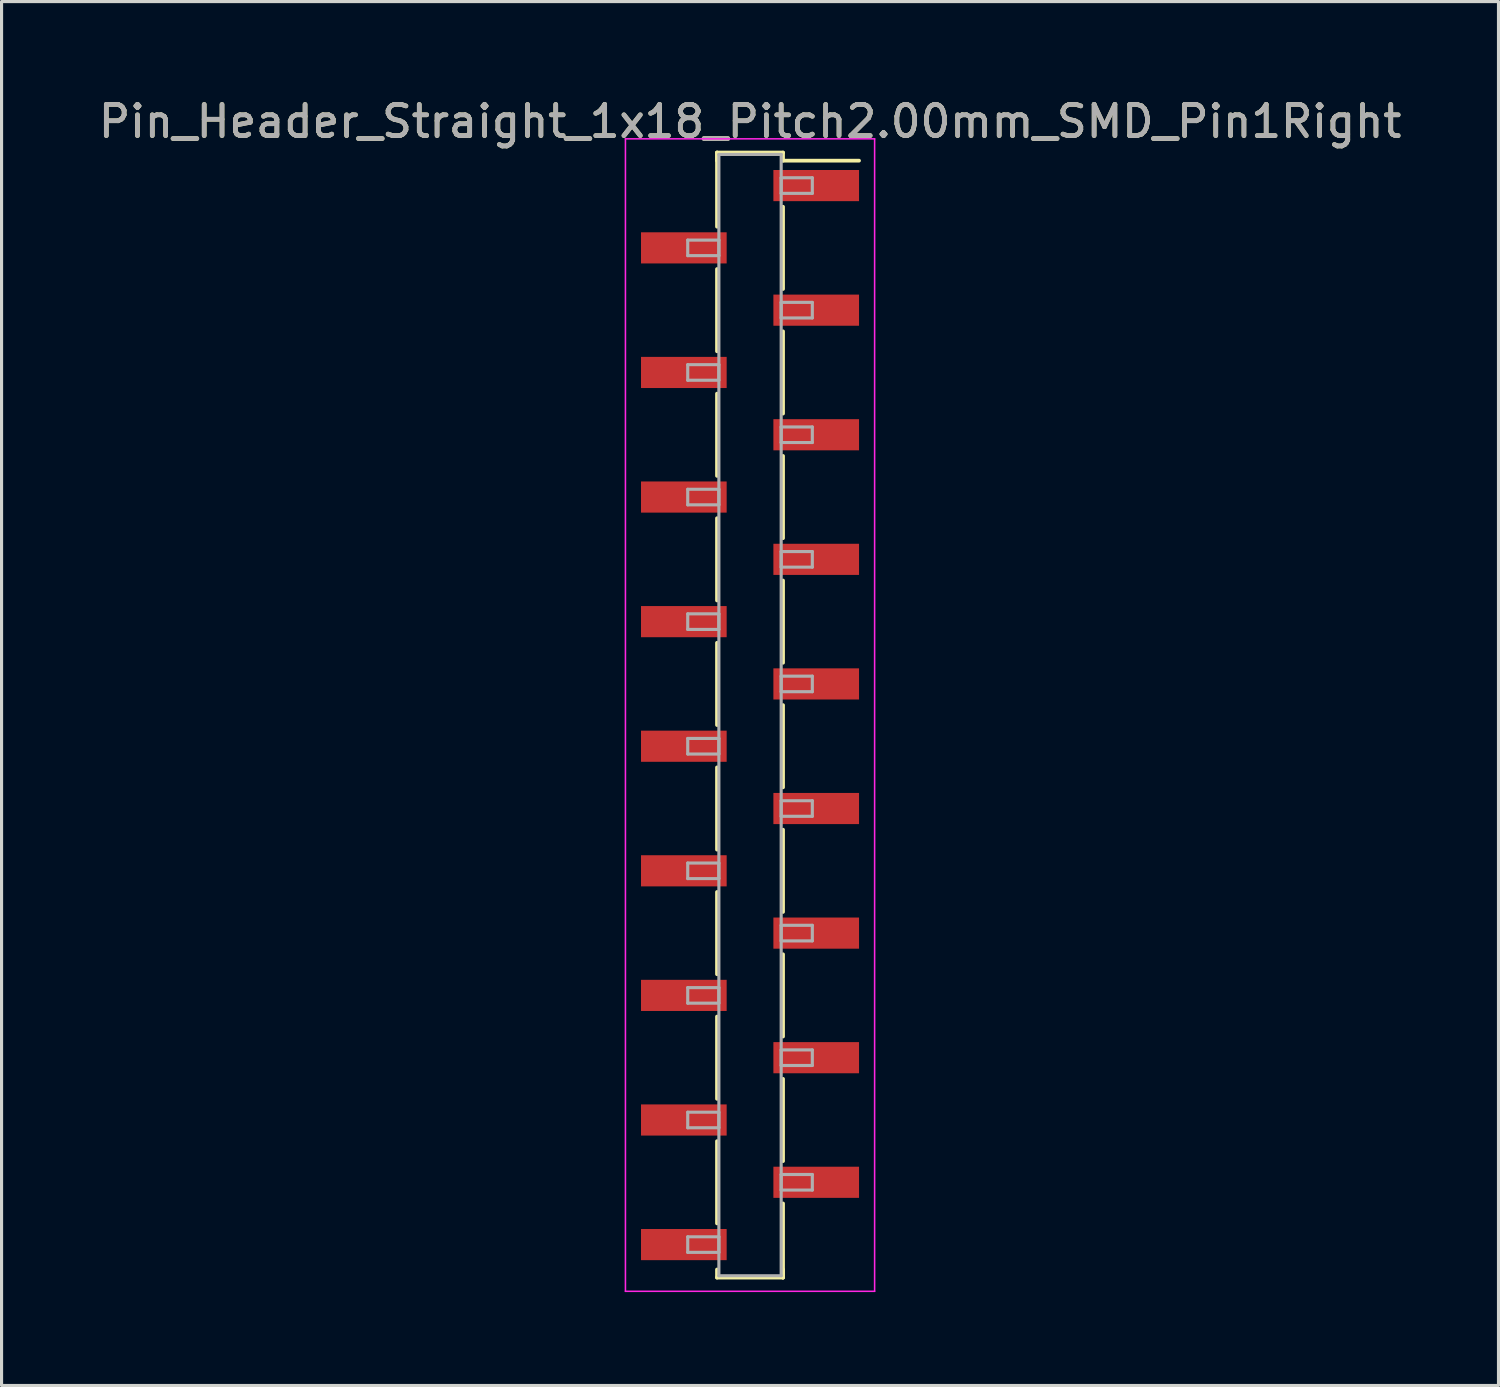
<source format=kicad_pcb>
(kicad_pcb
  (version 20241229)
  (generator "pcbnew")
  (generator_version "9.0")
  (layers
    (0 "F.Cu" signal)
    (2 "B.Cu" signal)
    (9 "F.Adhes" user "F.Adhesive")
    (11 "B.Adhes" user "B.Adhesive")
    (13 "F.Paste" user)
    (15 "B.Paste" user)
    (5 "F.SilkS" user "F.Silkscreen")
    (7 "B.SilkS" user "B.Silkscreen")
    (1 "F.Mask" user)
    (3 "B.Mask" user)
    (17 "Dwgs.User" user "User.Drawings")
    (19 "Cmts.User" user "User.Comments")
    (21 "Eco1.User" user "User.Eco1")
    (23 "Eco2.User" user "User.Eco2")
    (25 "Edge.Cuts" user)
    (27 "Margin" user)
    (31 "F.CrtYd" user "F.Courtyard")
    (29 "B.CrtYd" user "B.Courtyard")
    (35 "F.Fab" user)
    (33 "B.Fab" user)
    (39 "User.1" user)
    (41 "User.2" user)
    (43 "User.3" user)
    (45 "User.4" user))
  (footprint "Pin_Header_Straight_1x18_Pitch2.00mm_SMD_Pin1Right"
    (layer "F.Cu")
    (at 21.03 19.908)
    (property "Reference" "Pin_Header_Straight_1x18_Pitch2.00mm_SMD_Pin1Right" (at 0 -19.06 0) (layer "F.SilkS") (effects (font (size 1 1) (thickness 0.15))))
    (attr smd)
    (fp_line (start -1.06 -18.06) (end -1.06 -15.68) (stroke (width 0.12) (type solid)) (layer "F.SilkS"))
    (fp_line (start -1.06 -18.06) (end 1.06 -18.06) (stroke (width 0.12) (type solid)) (layer "F.SilkS"))
    (fp_line (start -1.06 -17.8) (end -1.06 -18.06) (stroke (width 0.12) (type solid)) (layer "F.SilkS"))
    (fp_line (start -1.06 -14.32) (end -1.06 -11.68) (stroke (width 0.12) (type solid)) (layer "F.SilkS"))
    (fp_line (start -1.06 -10.32) (end -1.06 -7.68) (stroke (width 0.12) (type solid)) (layer "F.SilkS"))
    (fp_line (start -1.06 -6.32) (end -1.06 -3.68) (stroke (width 0.12) (type solid)) (layer "F.SilkS"))
    (fp_line (start -1.06 -2.32) (end -1.06 0.32) (stroke (width 0.12) (type solid)) (layer "F.SilkS"))
    (fp_line (start -1.06 1.68) (end -1.06 4.32) (stroke (width 0.12) (type solid)) (layer "F.SilkS"))
    (fp_line (start -1.06 5.68) (end -1.06 8.32) (stroke (width 0.12) (type solid)) (layer "F.SilkS"))
    (fp_line (start -1.06 9.68) (end -1.06 12.32) (stroke (width 0.12) (type solid)) (layer "F.SilkS"))
    (fp_line (start -1.06 13.68) (end -1.06 16.32) (stroke (width 0.12) (type solid)) (layer "F.SilkS"))
    (fp_line (start -1.06 17.8) (end -1.06 18.06) (stroke (width 0.12) (type solid)) (layer "F.SilkS"))
    (fp_line (start -1.06 18.06) (end 1.06 18.06) (stroke (width 0.12) (type solid)) (layer "F.SilkS"))
    (fp_line (start 1.06 -18.06) (end 1.06 -17.8) (stroke (width 0.12) (type solid)) (layer "F.SilkS"))
    (fp_line (start 1.06 -17.8) (end 3.5 -17.8) (stroke (width 0.12) (type solid)) (layer "F.SilkS"))
    (fp_line (start 1.06 -16.32) (end 1.06 -13.68) (stroke (width 0.12) (type solid)) (layer "F.SilkS"))
    (fp_line (start 1.06 -12.32) (end 1.06 -9.68) (stroke (width 0.12) (type solid)) (layer "F.SilkS"))
    (fp_line (start 1.06 -8.32) (end 1.06 -5.68) (stroke (width 0.12) (type solid)) (layer "F.SilkS"))
    (fp_line (start 1.06 -4.32) (end 1.06 -1.68) (stroke (width 0.12) (type solid)) (layer "F.SilkS"))
    (fp_line (start 1.06 -0.32) (end 1.06 2.32) (stroke (width 0.12) (type solid)) (layer "F.SilkS"))
    (fp_line (start 1.06 3.68) (end 1.06 6.32) (stroke (width 0.12) (type solid)) (layer "F.SilkS"))
    (fp_line (start 1.06 7.68) (end 1.06 10.32) (stroke (width 0.12) (type solid)) (layer "F.SilkS"))
    (fp_line (start 1.06 11.68) (end 1.06 14.32) (stroke (width 0.12) (type solid)) (layer "F.SilkS"))
    (fp_line (start 1.06 15.68) (end 1.06 18.06) (stroke (width 0.12) (type solid)) (layer "F.SilkS"))
    (fp_line (start 1.06 18.06) (end 1.06 17.8) (stroke (width 0.12) (type solid)) (layer "F.SilkS"))
    (fp_line (start -4 -18.5) (end -4 18.5) (stroke (width 0.05) (type solid)) (layer "F.CrtYd"))
    (fp_line (start -4 18.5) (end 4 18.5) (stroke (width 0.05) (type solid)) (layer "F.CrtYd"))
    (fp_line (start 4 -18.5) (end -4 -18.5) (stroke (width 0.05) (type solid)) (layer "F.CrtYd"))
    (fp_line (start 4 18.5) (end 4 -18.5) (stroke (width 0.05) (type solid)) (layer "F.CrtYd"))
    (fp_line (start -2 -15.25) (end -1 -15.25) (stroke (width 0.1) (type solid)) (layer "F.Fab"))
    (fp_line (start -2 -14.75) (end -2 -15.25) (stroke (width 0.1) (type solid)) (layer "F.Fab"))
    (fp_line (start -2 -11.25) (end -1 -11.25) (stroke (width 0.1) (type solid)) (layer "F.Fab"))
    (fp_line (start -2 -10.75) (end -2 -11.25) (stroke (width 0.1) (type solid)) (layer "F.Fab"))
    (fp_line (start -2 -7.25) (end -1 -7.25) (stroke (width 0.1) (type solid)) (layer "F.Fab"))
    (fp_line (start -2 -6.75) (end -2 -7.25) (stroke (width 0.1) (type solid)) (layer "F.Fab"))
    (fp_line (start -2 -3.25) (end -1 -3.25) (stroke (width 0.1) (type solid)) (layer "F.Fab"))
    (fp_line (start -2 -2.75) (end -2 -3.25) (stroke (width 0.1) (type solid)) (layer "F.Fab"))
    (fp_line (start -2 0.75) (end -1 0.75) (stroke (width 0.1) (type solid)) (layer "F.Fab"))
    (fp_line (start -2 1.25) (end -2 0.75) (stroke (width 0.1) (type solid)) (layer "F.Fab"))
    (fp_line (start -2 4.75) (end -1 4.75) (stroke (width 0.1) (type solid)) (layer "F.Fab"))
    (fp_line (start -2 5.25) (end -2 4.75) (stroke (width 0.1) (type solid)) (layer "F.Fab"))
    (fp_line (start -2 8.75) (end -1 8.75) (stroke (width 0.1) (type solid)) (layer "F.Fab"))
    (fp_line (start -2 9.25) (end -2 8.75) (stroke (width 0.1) (type solid)) (layer "F.Fab"))
    (fp_line (start -2 12.75) (end -1 12.75) (stroke (width 0.1) (type solid)) (layer "F.Fab"))
    (fp_line (start -2 13.25) (end -2 12.75) (stroke (width 0.1) (type solid)) (layer "F.Fab"))
    (fp_line (start -2 16.75) (end -1 16.75) (stroke (width 0.1) (type solid)) (layer "F.Fab"))
    (fp_line (start -2 17.25) (end -2 16.75) (stroke (width 0.1) (type solid)) (layer "F.Fab"))
    (fp_line (start -1 -18) (end -1 18) (stroke (width 0.1) (type solid)) (layer "F.Fab"))
    (fp_line (start -1 -15.25) (end -1 -14.75) (stroke (width 0.1) (type solid)) (layer "F.Fab"))
    (fp_line (start -1 -14.75) (end -2 -14.75) (stroke (width 0.1) (type solid)) (layer "F.Fab"))
    (fp_line (start -1 -11.25) (end -1 -10.75) (stroke (width 0.1) (type solid)) (layer "F.Fab"))
    (fp_line (start -1 -10.75) (end -2 -10.75) (stroke (width 0.1) (type solid)) (layer "F.Fab"))
    (fp_line (start -1 -7.25) (end -1 -6.75) (stroke (width 0.1) (type solid)) (layer "F.Fab"))
    (fp_line (start -1 -6.75) (end -2 -6.75) (stroke (width 0.1) (type solid)) (layer "F.Fab"))
    (fp_line (start -1 -3.25) (end -1 -2.75) (stroke (width 0.1) (type solid)) (layer "F.Fab"))
    (fp_line (start -1 -2.75) (end -2 -2.75) (stroke (width 0.1) (type solid)) (layer "F.Fab"))
    (fp_line (start -1 0.75) (end -1 1.25) (stroke (width 0.1) (type solid)) (layer "F.Fab"))
    (fp_line (start -1 1.25) (end -2 1.25) (stroke (width 0.1) (type solid)) (layer "F.Fab"))
    (fp_line (start -1 4.75) (end -1 5.25) (stroke (width 0.1) (type solid)) (layer "F.Fab"))
    (fp_line (start -1 5.25) (end -2 5.25) (stroke (width 0.1) (type solid)) (layer "F.Fab"))
    (fp_line (start -1 8.75) (end -1 9.25) (stroke (width 0.1) (type solid)) (layer "F.Fab"))
    (fp_line (start -1 9.25) (end -2 9.25) (stroke (width 0.1) (type solid)) (layer "F.Fab"))
    (fp_line (start -1 12.75) (end -1 13.25) (stroke (width 0.1) (type solid)) (layer "F.Fab"))
    (fp_line (start -1 13.25) (end -2 13.25) (stroke (width 0.1) (type solid)) (layer "F.Fab"))
    (fp_line (start -1 16.75) (end -1 17.25) (stroke (width 0.1) (type solid)) (layer "F.Fab"))
    (fp_line (start -1 17.25) (end -2 17.25) (stroke (width 0.1) (type solid)) (layer "F.Fab"))
    (fp_line (start -1 18) (end 1 18) (stroke (width 0.1) (type solid)) (layer "F.Fab"))
    (fp_line (start 1 -18) (end -1 -18) (stroke (width 0.1) (type solid)) (layer "F.Fab"))
    (fp_line (start 1 -17.25) (end 1 -16.75) (stroke (width 0.1) (type solid)) (layer "F.Fab"))
    (fp_line (start 1 -16.75) (end 2 -16.75) (stroke (width 0.1) (type solid)) (layer "F.Fab"))
    (fp_line (start 1 -13.25) (end 1 -12.75) (stroke (width 0.1) (type solid)) (layer "F.Fab"))
    (fp_line (start 1 -12.75) (end 2 -12.75) (stroke (width 0.1) (type solid)) (layer "F.Fab"))
    (fp_line (start 1 -9.25) (end 1 -8.75) (stroke (width 0.1) (type solid)) (layer "F.Fab"))
    (fp_line (start 1 -8.75) (end 2 -8.75) (stroke (width 0.1) (type solid)) (layer "F.Fab"))
    (fp_line (start 1 -5.25) (end 1 -4.75) (stroke (width 0.1) (type solid)) (layer "F.Fab"))
    (fp_line (start 1 -4.75) (end 2 -4.75) (stroke (width 0.1) (type solid)) (layer "F.Fab"))
    (fp_line (start 1 -1.25) (end 1 -0.75) (stroke (width 0.1) (type solid)) (layer "F.Fab"))
    (fp_line (start 1 -0.75) (end 2 -0.75) (stroke (width 0.1) (type solid)) (layer "F.Fab"))
    (fp_line (start 1 2.75) (end 1 3.25) (stroke (width 0.1) (type solid)) (layer "F.Fab"))
    (fp_line (start 1 3.25) (end 2 3.25) (stroke (width 0.1) (type solid)) (layer "F.Fab"))
    (fp_line (start 1 6.75) (end 1 7.25) (stroke (width 0.1) (type solid)) (layer "F.Fab"))
    (fp_line (start 1 7.25) (end 2 7.25) (stroke (width 0.1) (type solid)) (layer "F.Fab"))
    (fp_line (start 1 10.75) (end 1 11.25) (stroke (width 0.1) (type solid)) (layer "F.Fab"))
    (fp_line (start 1 11.25) (end 2 11.25) (stroke (width 0.1) (type solid)) (layer "F.Fab"))
    (fp_line (start 1 14.75) (end 1 15.25) (stroke (width 0.1) (type solid)) (layer "F.Fab"))
    (fp_line (start 1 15.25) (end 2 15.25) (stroke (width 0.1) (type solid)) (layer "F.Fab"))
    (fp_line (start 1 18) (end 1 -18) (stroke (width 0.1) (type solid)) (layer "F.Fab"))
    (fp_line (start 2 -17.25) (end 1 -17.25) (stroke (width 0.1) (type solid)) (layer "F.Fab"))
    (fp_line (start 2 -16.75) (end 2 -17.25) (stroke (width 0.1) (type solid)) (layer "F.Fab"))
    (fp_line (start 2 -13.25) (end 1 -13.25) (stroke (width 0.1) (type solid)) (layer "F.Fab"))
    (fp_line (start 2 -12.75) (end 2 -13.25) (stroke (width 0.1) (type solid)) (layer "F.Fab"))
    (fp_line (start 2 -9.25) (end 1 -9.25) (stroke (width 0.1) (type solid)) (layer "F.Fab"))
    (fp_line (start 2 -8.75) (end 2 -9.25) (stroke (width 0.1) (type solid)) (layer "F.Fab"))
    (fp_line (start 2 -5.25) (end 1 -5.25) (stroke (width 0.1) (type solid)) (layer "F.Fab"))
    (fp_line (start 2 -4.75) (end 2 -5.25) (stroke (width 0.1) (type solid)) (layer "F.Fab"))
    (fp_line (start 2 -1.25) (end 1 -1.25) (stroke (width 0.1) (type solid)) (layer "F.Fab"))
    (fp_line (start 2 -0.75) (end 2 -1.25) (stroke (width 0.1) (type solid)) (layer "F.Fab"))
    (fp_line (start 2 2.75) (end 1 2.75) (stroke (width 0.1) (type solid)) (layer "F.Fab"))
    (fp_line (start 2 3.25) (end 2 2.75) (stroke (width 0.1) (type solid)) (layer "F.Fab"))
    (fp_line (start 2 6.75) (end 1 6.75) (stroke (width 0.1) (type solid)) (layer "F.Fab"))
    (fp_line (start 2 7.25) (end 2 6.75) (stroke (width 0.1) (type solid)) (layer "F.Fab"))
    (fp_line (start 2 10.75) (end 1 10.75) (stroke (width 0.1) (type solid)) (layer "F.Fab"))
    (fp_line (start 2 11.25) (end 2 10.75) (stroke (width 0.1) (type solid)) (layer "F.Fab"))
    (fp_line (start 2 14.75) (end 1 14.75) (stroke (width 0.1) (type solid)) (layer "F.Fab"))
    (fp_line (start 2 15.25) (end 2 14.75) (stroke (width 0.1) (type solid)) (layer "F.Fab"))
    (fp_text user "${REFERENCE}" (at 0 -19.06 0) (layer "F.Fab") (effects (font (size 1 1) (thickness 0.15))))
    (pad "1" smd rect (at 2.125 -17) (size 2.75 1) (layers "F.Cu" "F.Mask" "F.Paste"))
    (pad "2" smd rect (at -2.125 -15) (size 2.75 1) (layers "F.Cu" "F.Mask" "F.Paste"))
    (pad "3" smd rect (at 2.125 -13) (size 2.75 1) (layers "F.Cu" "F.Mask" "F.Paste"))
    (pad "4" smd rect (at -2.125 -11) (size 2.75 1) (layers "F.Cu" "F.Mask" "F.Paste"))
    (pad "5" smd rect (at 2.125 -9) (size 2.75 1) (layers "F.Cu" "F.Mask" "F.Paste"))
    (pad "6" smd rect (at -2.125 -7) (size 2.75 1) (layers "F.Cu" "F.Mask" "F.Paste"))
    (pad "7" smd rect (at 2.125 -5) (size 2.75 1) (layers "F.Cu" "F.Mask" "F.Paste"))
    (pad "8" smd rect (at -2.125 -3) (size 2.75 1) (layers "F.Cu" "F.Mask" "F.Paste"))
    (pad "9" smd rect (at 2.125 -1) (size 2.75 1) (layers "F.Cu" "F.Mask" "F.Paste"))
    (pad "10" smd rect (at -2.125 1) (size 2.75 1) (layers "F.Cu" "F.Mask" "F.Paste"))
    (pad "11" smd rect (at 2.125 3) (size 2.75 1) (layers "F.Cu" "F.Mask" "F.Paste"))
    (pad "12" smd rect (at -2.125 5) (size 2.75 1) (layers "F.Cu" "F.Mask" "F.Paste"))
    (pad "13" smd rect (at 2.125 7) (size 2.75 1) (layers "F.Cu" "F.Mask" "F.Paste"))
    (pad "14" smd rect (at -2.125 9) (size 2.75 1) (layers "F.Cu" "F.Mask" "F.Paste"))
    (pad "15" smd rect (at 2.125 11) (size 2.75 1) (layers "F.Cu" "F.Mask" "F.Paste"))
    (pad "16" smd rect (at -2.125 13) (size 2.75 1) (layers "F.Cu" "F.Mask" "F.Paste"))
    (pad "17" smd rect (at 2.125 15) (size 2.75 1) (layers "F.Cu" "F.Mask" "F.Paste"))
    (pad "18" smd rect (at -2.125 17) (size 2.75 1) (layers "F.Cu" "F.Mask" "F.Paste")))
  (gr_rect
    (start -3 -3)
    (end 45.06 41.433)
    (stroke (width 0.1) (type default))
    (fill no)
    (layer "Edge.Cuts")))
</source>
